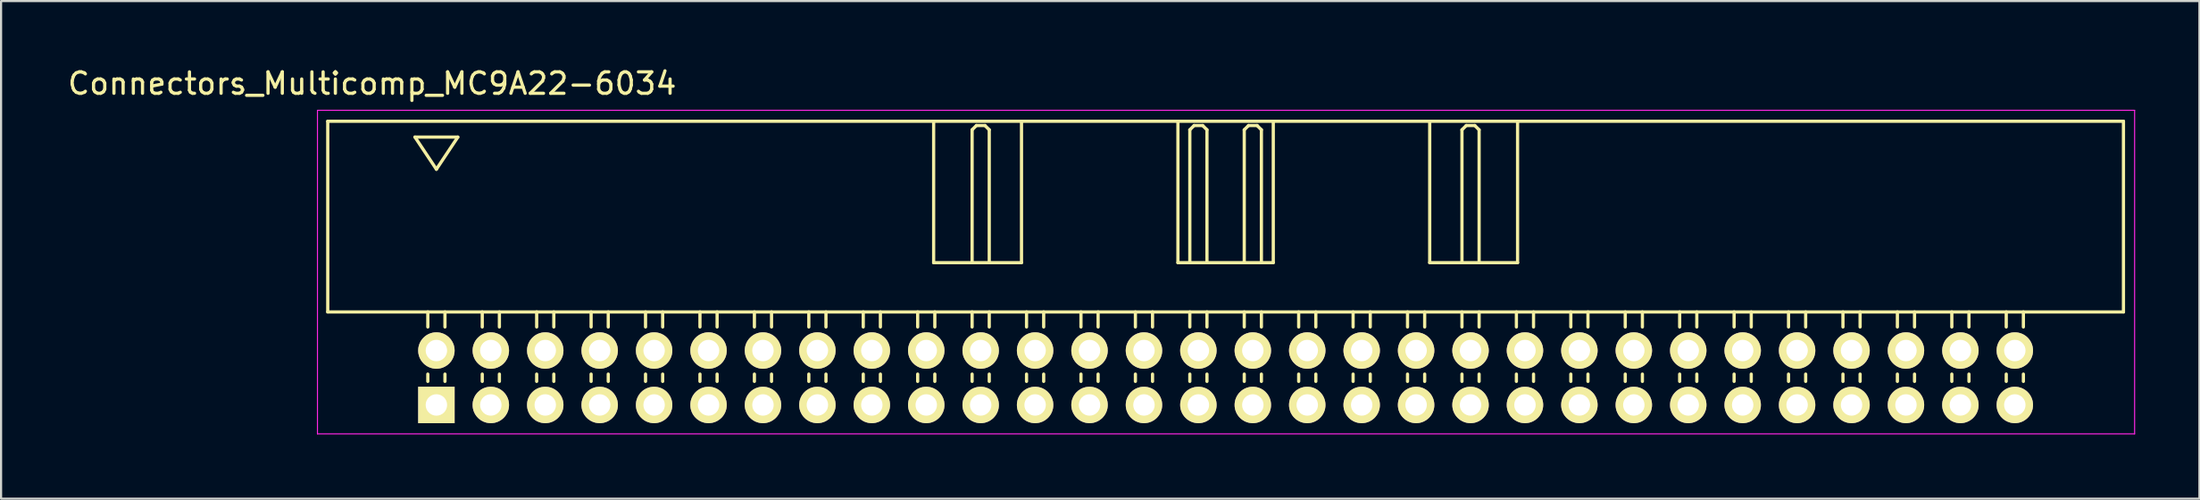
<source format=kicad_pcb>
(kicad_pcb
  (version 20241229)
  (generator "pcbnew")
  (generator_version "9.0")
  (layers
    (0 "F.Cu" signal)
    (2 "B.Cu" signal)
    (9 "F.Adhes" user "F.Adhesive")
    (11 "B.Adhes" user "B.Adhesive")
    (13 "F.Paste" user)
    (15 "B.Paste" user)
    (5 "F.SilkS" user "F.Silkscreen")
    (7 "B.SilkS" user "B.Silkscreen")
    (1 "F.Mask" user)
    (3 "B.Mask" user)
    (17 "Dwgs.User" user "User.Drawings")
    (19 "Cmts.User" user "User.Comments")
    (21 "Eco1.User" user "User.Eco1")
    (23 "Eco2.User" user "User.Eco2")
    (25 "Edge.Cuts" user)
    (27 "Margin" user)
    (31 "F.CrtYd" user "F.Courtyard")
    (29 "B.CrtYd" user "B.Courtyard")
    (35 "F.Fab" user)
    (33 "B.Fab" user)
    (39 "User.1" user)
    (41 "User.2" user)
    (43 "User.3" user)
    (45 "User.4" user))
  (footprint "Connectors_Multicomp_MC9A22-6034"
    (layer "F.Cu")
    (at 17.315 15.848)
    (property "Reference" "Connectors_Multicomp_MC9A22-6034" (at -3 -15 0) (layer "F.SilkS") (effects (font (size 1 1) (thickness 0.15))))
    (attr through_hole)
    (fp_line (start -5.07 -13.24) (end 78.73 -13.24) (stroke (width 0.15) (type solid)) (layer "F.SilkS"))
    (fp_line (start -5.07 -4.34) (end -5.07 -13.24) (stroke (width 0.15) (type solid)) (layer "F.SilkS"))
    (fp_line (start -1 -12.5) (end 1 -12.5) (stroke (width 0.15) (type solid)) (layer "F.SilkS"))
    (fp_line (start -0.4 -3.64) (end -0.4 -4.34) (stroke (width 0.15) (type solid)) (layer "F.SilkS"))
    (fp_line (start -0.4 -1.1) (end -0.4 -1.44) (stroke (width 0.15) (type solid)) (layer "F.SilkS"))
    (fp_line (start 0 -11) (end -1 -12.5) (stroke (width 0.15) (type solid)) (layer "F.SilkS"))
    (fp_line (start 0.4 -3.64) (end 0.4 -4.34) (stroke (width 0.15) (type solid)) (layer "F.SilkS"))
    (fp_line (start 0.4 -1.1) (end 0.4 -1.44) (stroke (width 0.15) (type solid)) (layer "F.SilkS"))
    (fp_line (start 1 -12.5) (end 0 -11) (stroke (width 0.15) (type solid)) (layer "F.SilkS"))
    (fp_line (start 2.14 -3.64) (end 2.14 -4.34) (stroke (width 0.15) (type solid)) (layer "F.SilkS"))
    (fp_line (start 2.14 -1.1) (end 2.14 -1.44) (stroke (width 0.15) (type solid)) (layer "F.SilkS"))
    (fp_line (start 2.94 -3.64) (end 2.94 -4.34) (stroke (width 0.15) (type solid)) (layer "F.SilkS"))
    (fp_line (start 2.94 -1.1) (end 2.94 -1.44) (stroke (width 0.15) (type solid)) (layer "F.SilkS"))
    (fp_line (start 4.68 -3.64) (end 4.68 -4.34) (stroke (width 0.15) (type solid)) (layer "F.SilkS"))
    (fp_line (start 4.68 -1.1) (end 4.68 -1.44) (stroke (width 0.15) (type solid)) (layer "F.SilkS"))
    (fp_line (start 5.48 -3.64) (end 5.48 -4.34) (stroke (width 0.15) (type solid)) (layer "F.SilkS"))
    (fp_line (start 5.48 -1.1) (end 5.48 -1.44) (stroke (width 0.15) (type solid)) (layer "F.SilkS"))
    (fp_line (start 7.22 -3.64) (end 7.22 -4.34) (stroke (width 0.15) (type solid)) (layer "F.SilkS"))
    (fp_line (start 7.22 -1.1) (end 7.22 -1.44) (stroke (width 0.15) (type solid)) (layer "F.SilkS"))
    (fp_line (start 8.02 -3.64) (end 8.02 -4.34) (stroke (width 0.15) (type solid)) (layer "F.SilkS"))
    (fp_line (start 8.02 -1.1) (end 8.02 -1.44) (stroke (width 0.15) (type solid)) (layer "F.SilkS"))
    (fp_line (start 9.76 -3.64) (end 9.76 -4.34) (stroke (width 0.15) (type solid)) (layer "F.SilkS"))
    (fp_line (start 9.76 -1.1) (end 9.76 -1.44) (stroke (width 0.15) (type solid)) (layer "F.SilkS"))
    (fp_line (start 10.56 -3.64) (end 10.56 -4.34) (stroke (width 0.15) (type solid)) (layer "F.SilkS"))
    (fp_line (start 10.56 -1.1) (end 10.56 -1.44) (stroke (width 0.15) (type solid)) (layer "F.SilkS"))
    (fp_line (start 12.3 -3.64) (end 12.3 -4.34) (stroke (width 0.15) (type solid)) (layer "F.SilkS"))
    (fp_line (start 12.3 -1.1) (end 12.3 -1.44) (stroke (width 0.15) (type solid)) (layer "F.SilkS"))
    (fp_line (start 13.1 -3.64) (end 13.1 -4.34) (stroke (width 0.15) (type solid)) (layer "F.SilkS"))
    (fp_line (start 13.1 -1.1) (end 13.1 -1.44) (stroke (width 0.15) (type solid)) (layer "F.SilkS"))
    (fp_line (start 14.84 -3.64) (end 14.84 -4.34) (stroke (width 0.15) (type solid)) (layer "F.SilkS"))
    (fp_line (start 14.84 -1.1) (end 14.84 -1.44) (stroke (width 0.15) (type solid)) (layer "F.SilkS"))
    (fp_line (start 15.64 -3.64) (end 15.64 -4.34) (stroke (width 0.15) (type solid)) (layer "F.SilkS"))
    (fp_line (start 15.64 -1.1) (end 15.64 -1.44) (stroke (width 0.15) (type solid)) (layer "F.SilkS"))
    (fp_line (start 17.38 -3.64) (end 17.38 -4.34) (stroke (width 0.15) (type solid)) (layer "F.SilkS"))
    (fp_line (start 17.38 -1.1) (end 17.38 -1.44) (stroke (width 0.15) (type solid)) (layer "F.SilkS"))
    (fp_line (start 18.18 -3.64) (end 18.18 -4.34) (stroke (width 0.15) (type solid)) (layer "F.SilkS"))
    (fp_line (start 18.18 -1.1) (end 18.18 -1.44) (stroke (width 0.15) (type solid)) (layer "F.SilkS"))
    (fp_line (start 19.92 -3.64) (end 19.92 -4.34) (stroke (width 0.15) (type solid)) (layer "F.SilkS"))
    (fp_line (start 19.92 -1.1) (end 19.92 -1.44) (stroke (width 0.15) (type solid)) (layer "F.SilkS"))
    (fp_line (start 20.72 -3.64) (end 20.72 -4.34) (stroke (width 0.15) (type solid)) (layer "F.SilkS"))
    (fp_line (start 20.72 -1.1) (end 20.72 -1.44) (stroke (width 0.15) (type solid)) (layer "F.SilkS"))
    (fp_line (start 22.46 -3.64) (end 22.46 -4.34) (stroke (width 0.15) (type solid)) (layer "F.SilkS"))
    (fp_line (start 22.46 -1.1) (end 22.46 -1.44) (stroke (width 0.15) (type solid)) (layer "F.SilkS"))
    (fp_line (start 23.205 -6.64) (end 23.205 -13.24) (stroke (width 0.15) (type solid)) (layer "F.SilkS"))
    (fp_line (start 23.26 -3.64) (end 23.26 -4.34) (stroke (width 0.15) (type solid)) (layer "F.SilkS"))
    (fp_line (start 23.26 -1.1) (end 23.26 -1.44) (stroke (width 0.15) (type solid)) (layer "F.SilkS"))
    (fp_line (start 25 -12.84) (end 25.2 -13.04) (stroke (width 0.15) (type solid)) (layer "F.SilkS"))
    (fp_line (start 25 -6.64) (end 25 -12.84) (stroke (width 0.15) (type solid)) (layer "F.SilkS"))
    (fp_line (start 25 -3.64) (end 25 -4.34) (stroke (width 0.15) (type solid)) (layer "F.SilkS"))
    (fp_line (start 25 -1.1) (end 25 -1.44) (stroke (width 0.15) (type solid)) (layer "F.SilkS"))
    (fp_line (start 25.2 -13.04) (end 25.6 -13.04) (stroke (width 0.15) (type solid)) (layer "F.SilkS"))
    (fp_line (start 25.6 -13.04) (end 25.8 -12.84) (stroke (width 0.15) (type solid)) (layer "F.SilkS"))
    (fp_line (start 25.8 -12.84) (end 25.8 -6.64) (stroke (width 0.15) (type solid)) (layer "F.SilkS"))
    (fp_line (start 25.8 -3.64) (end 25.8 -4.34) (stroke (width 0.15) (type solid)) (layer "F.SilkS"))
    (fp_line (start 25.8 -1.1) (end 25.8 -1.44) (stroke (width 0.15) (type solid)) (layer "F.SilkS"))
    (fp_line (start 27.305 -13.24) (end 27.305 -6.64) (stroke (width 0.15) (type solid)) (layer "F.SilkS"))
    (fp_line (start 27.305 -6.64) (end 23.205 -6.64) (stroke (width 0.15) (type solid)) (layer "F.SilkS"))
    (fp_line (start 27.54 -3.64) (end 27.54 -4.34) (stroke (width 0.15) (type solid)) (layer "F.SilkS"))
    (fp_line (start 27.54 -1.1) (end 27.54 -1.44) (stroke (width 0.15) (type solid)) (layer "F.SilkS"))
    (fp_line (start 28.34 -3.64) (end 28.34 -4.34) (stroke (width 0.15) (type solid)) (layer "F.SilkS"))
    (fp_line (start 28.34 -1.1) (end 28.34 -1.44) (stroke (width 0.15) (type solid)) (layer "F.SilkS"))
    (fp_line (start 30.08 -3.64) (end 30.08 -4.34) (stroke (width 0.15) (type solid)) (layer "F.SilkS"))
    (fp_line (start 30.08 -1.1) (end 30.08 -1.44) (stroke (width 0.15) (type solid)) (layer "F.SilkS"))
    (fp_line (start 30.88 -3.64) (end 30.88 -4.34) (stroke (width 0.15) (type solid)) (layer "F.SilkS"))
    (fp_line (start 30.88 -1.1) (end 30.88 -1.44) (stroke (width 0.15) (type solid)) (layer "F.SilkS"))
    (fp_line (start 32.62 -3.64) (end 32.62 -4.34) (stroke (width 0.15) (type solid)) (layer "F.SilkS"))
    (fp_line (start 32.62 -1.1) (end 32.62 -1.44) (stroke (width 0.15) (type solid)) (layer "F.SilkS"))
    (fp_line (start 33.42 -3.64) (end 33.42 -4.34) (stroke (width 0.15) (type solid)) (layer "F.SilkS"))
    (fp_line (start 33.42 -1.1) (end 33.42 -1.44) (stroke (width 0.15) (type solid)) (layer "F.SilkS"))
    (fp_line (start 34.605 -13.24) (end 34.605 -6.64) (stroke (width 0.15) (type solid)) (layer "F.SilkS"))
    (fp_line (start 34.605 -6.64) (end 39.055 -6.64) (stroke (width 0.15) (type solid)) (layer "F.SilkS"))
    (fp_line (start 35.16 -12.84) (end 35.36 -13.04) (stroke (width 0.15) (type solid)) (layer "F.SilkS"))
    (fp_line (start 35.16 -6.64) (end 35.16 -12.84) (stroke (width 0.15) (type solid)) (layer "F.SilkS"))
    (fp_line (start 35.16 -3.64) (end 35.16 -4.34) (stroke (width 0.15) (type solid)) (layer "F.SilkS"))
    (fp_line (start 35.16 -1.1) (end 35.16 -1.44) (stroke (width 0.15) (type solid)) (layer "F.SilkS"))
    (fp_line (start 35.36 -13.04) (end 35.76 -13.04) (stroke (width 0.15) (type solid)) (layer "F.SilkS"))
    (fp_line (start 35.76 -13.04) (end 35.96 -12.84) (stroke (width 0.15) (type solid)) (layer "F.SilkS"))
    (fp_line (start 35.96 -12.84) (end 35.96 -6.64) (stroke (width 0.15) (type solid)) (layer "F.SilkS"))
    (fp_line (start 35.96 -3.64) (end 35.96 -4.34) (stroke (width 0.15) (type solid)) (layer "F.SilkS"))
    (fp_line (start 35.96 -1.1) (end 35.96 -1.44) (stroke (width 0.15) (type solid)) (layer "F.SilkS"))
    (fp_line (start 37.7 -12.84) (end 37.9 -13.04) (stroke (width 0.15) (type solid)) (layer "F.SilkS"))
    (fp_line (start 37.7 -6.64) (end 37.7 -12.84) (stroke (width 0.15) (type solid)) (layer "F.SilkS"))
    (fp_line (start 37.7 -3.64) (end 37.7 -4.34) (stroke (width 0.15) (type solid)) (layer "F.SilkS"))
    (fp_line (start 37.7 -1.1) (end 37.7 -1.44) (stroke (width 0.15) (type solid)) (layer "F.SilkS"))
    (fp_line (start 37.9 -13.04) (end 38.3 -13.04) (stroke (width 0.15) (type solid)) (layer "F.SilkS"))
    (fp_line (start 38.3 -13.04) (end 38.5 -12.84) (stroke (width 0.15) (type solid)) (layer "F.SilkS"))
    (fp_line (start 38.5 -12.84) (end 38.5 -6.64) (stroke (width 0.15) (type solid)) (layer "F.SilkS"))
    (fp_line (start 38.5 -3.64) (end 38.5 -4.34) (stroke (width 0.15) (type solid)) (layer "F.SilkS"))
    (fp_line (start 38.5 -1.1) (end 38.5 -1.44) (stroke (width 0.15) (type solid)) (layer "F.SilkS"))
    (fp_line (start 39.055 -6.64) (end 39.055 -13.24) (stroke (width 0.15) (type solid)) (layer "F.SilkS"))
    (fp_line (start 40.24 -3.64) (end 40.24 -4.34) (stroke (width 0.15) (type solid)) (layer "F.SilkS"))
    (fp_line (start 40.24 -1.1) (end 40.24 -1.44) (stroke (width 0.15) (type solid)) (layer "F.SilkS"))
    (fp_line (start 41.04 -3.64) (end 41.04 -4.34) (stroke (width 0.15) (type solid)) (layer "F.SilkS"))
    (fp_line (start 41.04 -1.1) (end 41.04 -1.44) (stroke (width 0.15) (type solid)) (layer "F.SilkS"))
    (fp_line (start 42.78 -3.64) (end 42.78 -4.34) (stroke (width 0.15) (type solid)) (layer "F.SilkS"))
    (fp_line (start 42.78 -1.1) (end 42.78 -1.44) (stroke (width 0.15) (type solid)) (layer "F.SilkS"))
    (fp_line (start 43.58 -3.64) (end 43.58 -4.34) (stroke (width 0.15) (type solid)) (layer "F.SilkS"))
    (fp_line (start 43.58 -1.1) (end 43.58 -1.44) (stroke (width 0.15) (type solid)) (layer "F.SilkS"))
    (fp_line (start 45.32 -3.64) (end 45.32 -4.34) (stroke (width 0.15) (type solid)) (layer "F.SilkS"))
    (fp_line (start 45.32 -1.1) (end 45.32 -1.44) (stroke (width 0.15) (type solid)) (layer "F.SilkS"))
    (fp_line (start 46.12 -3.64) (end 46.12 -4.34) (stroke (width 0.15) (type solid)) (layer "F.SilkS"))
    (fp_line (start 46.12 -1.1) (end 46.12 -1.44) (stroke (width 0.15) (type solid)) (layer "F.SilkS"))
    (fp_line (start 46.355 -13.24) (end 46.355 -6.64) (stroke (width 0.15) (type solid)) (layer "F.SilkS"))
    (fp_line (start 46.355 -6.64) (end 50.455 -6.64) (stroke (width 0.15) (type solid)) (layer "F.SilkS"))
    (fp_line (start 47.86 -12.84) (end 48.06 -13.04) (stroke (width 0.15) (type solid)) (layer "F.SilkS"))
    (fp_line (start 47.86 -6.64) (end 47.86 -12.84) (stroke (width 0.15) (type solid)) (layer "F.SilkS"))
    (fp_line (start 47.86 -3.64) (end 47.86 -4.34) (stroke (width 0.15) (type solid)) (layer "F.SilkS"))
    (fp_line (start 47.86 -1.1) (end 47.86 -1.44) (stroke (width 0.15) (type solid)) (layer "F.SilkS"))
    (fp_line (start 48.06 -13.04) (end 48.46 -13.04) (stroke (width 0.15) (type solid)) (layer "F.SilkS"))
    (fp_line (start 48.46 -13.04) (end 48.66 -12.84) (stroke (width 0.15) (type solid)) (layer "F.SilkS"))
    (fp_line (start 48.66 -12.84) (end 48.66 -6.64) (stroke (width 0.15) (type solid)) (layer "F.SilkS"))
    (fp_line (start 48.66 -3.64) (end 48.66 -4.34) (stroke (width 0.15) (type solid)) (layer "F.SilkS"))
    (fp_line (start 48.66 -1.1) (end 48.66 -1.44) (stroke (width 0.15) (type solid)) (layer "F.SilkS"))
    (fp_line (start 50.4 -3.64) (end 50.4 -4.34) (stroke (width 0.15) (type solid)) (layer "F.SilkS"))
    (fp_line (start 50.4 -1.1) (end 50.4 -1.44) (stroke (width 0.15) (type solid)) (layer "F.SilkS"))
    (fp_line (start 50.455 -6.64) (end 50.455 -13.24) (stroke (width 0.15) (type solid)) (layer "F.SilkS"))
    (fp_line (start 51.2 -3.64) (end 51.2 -4.34) (stroke (width 0.15) (type solid)) (layer "F.SilkS"))
    (fp_line (start 51.2 -1.1) (end 51.2 -1.44) (stroke (width 0.15) (type solid)) (layer "F.SilkS"))
    (fp_line (start 52.94 -3.64) (end 52.94 -4.34) (stroke (width 0.15) (type solid)) (layer "F.SilkS"))
    (fp_line (start 52.94 -1.1) (end 52.94 -1.44) (stroke (width 0.15) (type solid)) (layer "F.SilkS"))
    (fp_line (start 53.74 -3.64) (end 53.74 -4.34) (stroke (width 0.15) (type solid)) (layer "F.SilkS"))
    (fp_line (start 53.74 -1.1) (end 53.74 -1.44) (stroke (width 0.15) (type solid)) (layer "F.SilkS"))
    (fp_line (start 55.48 -3.64) (end 55.48 -4.34) (stroke (width 0.15) (type solid)) (layer "F.SilkS"))
    (fp_line (start 55.48 -1.1) (end 55.48 -1.44) (stroke (width 0.15) (type solid)) (layer "F.SilkS"))
    (fp_line (start 56.28 -3.64) (end 56.28 -4.34) (stroke (width 0.15) (type solid)) (layer "F.SilkS"))
    (fp_line (start 56.28 -1.1) (end 56.28 -1.44) (stroke (width 0.15) (type solid)) (layer "F.SilkS"))
    (fp_line (start 58.02 -3.64) (end 58.02 -4.34) (stroke (width 0.15) (type solid)) (layer "F.SilkS"))
    (fp_line (start 58.02 -1.1) (end 58.02 -1.44) (stroke (width 0.15) (type solid)) (layer "F.SilkS"))
    (fp_line (start 58.82 -3.64) (end 58.82 -4.34) (stroke (width 0.15) (type solid)) (layer "F.SilkS"))
    (fp_line (start 58.82 -1.1) (end 58.82 -1.44) (stroke (width 0.15) (type solid)) (layer "F.SilkS"))
    (fp_line (start 60.56 -3.64) (end 60.56 -4.34) (stroke (width 0.15) (type solid)) (layer "F.SilkS"))
    (fp_line (start 60.56 -1.1) (end 60.56 -1.44) (stroke (width 0.15) (type solid)) (layer "F.SilkS"))
    (fp_line (start 61.36 -3.64) (end 61.36 -4.34) (stroke (width 0.15) (type solid)) (layer "F.SilkS"))
    (fp_line (start 61.36 -1.1) (end 61.36 -1.44) (stroke (width 0.15) (type solid)) (layer "F.SilkS"))
    (fp_line (start 63.1 -3.64) (end 63.1 -4.34) (stroke (width 0.15) (type solid)) (layer "F.SilkS"))
    (fp_line (start 63.1 -1.1) (end 63.1 -1.44) (stroke (width 0.15) (type solid)) (layer "F.SilkS"))
    (fp_line (start 63.9 -3.64) (end 63.9 -4.34) (stroke (width 0.15) (type solid)) (layer "F.SilkS"))
    (fp_line (start 63.9 -1.1) (end 63.9 -1.44) (stroke (width 0.15) (type solid)) (layer "F.SilkS"))
    (fp_line (start 65.64 -3.64) (end 65.64 -4.34) (stroke (width 0.15) (type solid)) (layer "F.SilkS"))
    (fp_line (start 65.64 -1.1) (end 65.64 -1.44) (stroke (width 0.15) (type solid)) (layer "F.SilkS"))
    (fp_line (start 66.44 -3.64) (end 66.44 -4.34) (stroke (width 0.15) (type solid)) (layer "F.SilkS"))
    (fp_line (start 66.44 -1.1) (end 66.44 -1.44) (stroke (width 0.15) (type solid)) (layer "F.SilkS"))
    (fp_line (start 68.18 -3.64) (end 68.18 -4.34) (stroke (width 0.15) (type solid)) (layer "F.SilkS"))
    (fp_line (start 68.18 -1.1) (end 68.18 -1.44) (stroke (width 0.15) (type solid)) (layer "F.SilkS"))
    (fp_line (start 68.98 -3.64) (end 68.98 -4.34) (stroke (width 0.15) (type solid)) (layer "F.SilkS"))
    (fp_line (start 68.98 -1.1) (end 68.98 -1.44) (stroke (width 0.15) (type solid)) (layer "F.SilkS"))
    (fp_line (start 70.72 -3.64) (end 70.72 -4.34) (stroke (width 0.15) (type solid)) (layer "F.SilkS"))
    (fp_line (start 70.72 -1.1) (end 70.72 -1.44) (stroke (width 0.15) (type solid)) (layer "F.SilkS"))
    (fp_line (start 71.52 -3.64) (end 71.52 -4.34) (stroke (width 0.15) (type solid)) (layer "F.SilkS"))
    (fp_line (start 71.52 -1.1) (end 71.52 -1.44) (stroke (width 0.15) (type solid)) (layer "F.SilkS"))
    (fp_line (start 73.26 -3.64) (end 73.26 -4.34) (stroke (width 0.15) (type solid)) (layer "F.SilkS"))
    (fp_line (start 73.26 -1.1) (end 73.26 -1.44) (stroke (width 0.15) (type solid)) (layer "F.SilkS"))
    (fp_line (start 74.06 -3.64) (end 74.06 -4.34) (stroke (width 0.15) (type solid)) (layer "F.SilkS"))
    (fp_line (start 74.06 -1.1) (end 74.06 -1.44) (stroke (width 0.15) (type solid)) (layer "F.SilkS"))
    (fp_line (start 78.73 -13.24) (end 78.73 -4.34) (stroke (width 0.15) (type solid)) (layer "F.SilkS"))
    (fp_line (start 78.73 -4.34) (end -5.07 -4.34) (stroke (width 0.15) (type solid)) (layer "F.SilkS"))
    (fp_line (start -5.55 -13.75) (end 79.25 -13.75) (stroke (width 0.05) (type solid)) (layer "F.CrtYd"))
    (fp_line (start -5.55 1.35) (end -5.55 -13.75) (stroke (width 0.05) (type solid)) (layer "F.CrtYd"))
    (fp_line (start 79.25 -13.75) (end 79.25 1.35) (stroke (width 0.05) (type solid)) (layer "F.CrtYd"))
    (fp_line (start 79.25 1.35) (end -5.55 1.35) (stroke (width 0.05) (type solid)) (layer "F.CrtYd"))
    (pad "1" thru_hole rect (at 0 0) (size 1.7 1.7) (drill 1) (layers "*.Cu" "*.Mask" "F.SilkS"))
    (pad "2" thru_hole circle (at 0 -2.54) (size 1.7 1.7) (drill 1) (layers "*.Cu" "*.Mask" "F.SilkS"))
    (pad "3" thru_hole circle (at 2.54 0) (size 1.7 1.7) (drill 1) (layers "*.Cu" "*.Mask" "F.SilkS"))
    (pad "4" thru_hole circle (at 2.54 -2.54) (size 1.7 1.7) (drill 1) (layers "*.Cu" "*.Mask" "F.SilkS"))
    (pad "5" thru_hole circle (at 5.08 0) (size 1.7 1.7) (drill 1) (layers "*.Cu" "*.Mask" "F.SilkS"))
    (pad "6" thru_hole circle (at 5.08 -2.54) (size 1.7 1.7) (drill 1) (layers "*.Cu" "*.Mask" "F.SilkS"))
    (pad "7" thru_hole circle (at 7.62 0) (size 1.7 1.7) (drill 1) (layers "*.Cu" "*.Mask" "F.SilkS"))
    (pad "8" thru_hole circle (at 7.62 -2.54) (size 1.7 1.7) (drill 1) (layers "*.Cu" "*.Mask" "F.SilkS"))
    (pad "9" thru_hole circle (at 10.16 0) (size 1.7 1.7) (drill 1) (layers "*.Cu" "*.Mask" "F.SilkS"))
    (pad "10" thru_hole circle (at 10.16 -2.54) (size 1.7 1.7) (drill 1) (layers "*.Cu" "*.Mask" "F.SilkS"))
    (pad "11" thru_hole circle (at 12.7 0) (size 1.7 1.7) (drill 1) (layers "*.Cu" "*.Mask" "F.SilkS"))
    (pad "12" thru_hole circle (at 12.7 -2.54) (size 1.7 1.7) (drill 1) (layers "*.Cu" "*.Mask" "F.SilkS"))
    (pad "13" thru_hole circle (at 15.24 0) (size 1.7 1.7) (drill 1) (layers "*.Cu" "*.Mask" "F.SilkS"))
    (pad "14" thru_hole circle (at 15.24 -2.54) (size 1.7 1.7) (drill 1) (layers "*.Cu" "*.Mask" "F.SilkS"))
    (pad "15" thru_hole circle (at 17.78 0) (size 1.7 1.7) (drill 1) (layers "*.Cu" "*.Mask" "F.SilkS"))
    (pad "16" thru_hole circle (at 17.78 -2.54) (size 1.7 1.7) (drill 1) (layers "*.Cu" "*.Mask" "F.SilkS"))
    (pad "17" thru_hole circle (at 20.32 0) (size 1.7 1.7) (drill 1) (layers "*.Cu" "*.Mask" "F.SilkS"))
    (pad "18" thru_hole circle (at 20.32 -2.54) (size 1.7 1.7) (drill 1) (layers "*.Cu" "*.Mask" "F.SilkS"))
    (pad "19" thru_hole circle (at 22.86 0) (size 1.7 1.7) (drill 1) (layers "*.Cu" "*.Mask" "F.SilkS"))
    (pad "20" thru_hole circle (at 22.86 -2.54) (size 1.7 1.7) (drill 1) (layers "*.Cu" "*.Mask" "F.SilkS"))
    (pad "21" thru_hole circle (at 25.4 0) (size 1.7 1.7) (drill 1) (layers "*.Cu" "*.Mask" "F.SilkS"))
    (pad "22" thru_hole circle (at 25.4 -2.54) (size 1.7 1.7) (drill 1) (layers "*.Cu" "*.Mask" "F.SilkS"))
    (pad "23" thru_hole circle (at 27.94 0) (size 1.7 1.7) (drill 1) (layers "*.Cu" "*.Mask" "F.SilkS"))
    (pad "24" thru_hole circle (at 27.94 -2.54) (size 1.7 1.7) (drill 1) (layers "*.Cu" "*.Mask" "F.SilkS"))
    (pad "25" thru_hole circle (at 30.48 0) (size 1.7 1.7) (drill 1) (layers "*.Cu" "*.Mask" "F.SilkS"))
    (pad "26" thru_hole circle (at 30.48 -2.54) (size 1.7 1.7) (drill 1) (layers "*.Cu" "*.Mask" "F.SilkS"))
    (pad "27" thru_hole circle (at 33.02 0) (size 1.7 1.7) (drill 1) (layers "*.Cu" "*.Mask" "F.SilkS"))
    (pad "28" thru_hole circle (at 33.02 -2.54) (size 1.7 1.7) (drill 1) (layers "*.Cu" "*.Mask" "F.SilkS"))
    (pad "29" thru_hole circle (at 35.56 0) (size 1.7 1.7) (drill 1) (layers "*.Cu" "*.Mask" "F.SilkS"))
    (pad "30" thru_hole circle (at 35.56 -2.54) (size 1.7 1.7) (drill 1) (layers "*.Cu" "*.Mask" "F.SilkS"))
    (pad "31" thru_hole circle (at 38.1 0) (size 1.7 1.7) (drill 1) (layers "*.Cu" "*.Mask" "F.SilkS"))
    (pad "32" thru_hole circle (at 38.1 -2.54) (size 1.7 1.7) (drill 1) (layers "*.Cu" "*.Mask" "F.SilkS"))
    (pad "33" thru_hole circle (at 40.64 0) (size 1.7 1.7) (drill 1) (layers "*.Cu" "*.Mask" "F.SilkS"))
    (pad "34" thru_hole circle (at 40.64 -2.54) (size 1.7 1.7) (drill 1) (layers "*.Cu" "*.Mask" "F.SilkS"))
    (pad "35" thru_hole circle (at 43.18 0) (size 1.7 1.7) (drill 1) (layers "*.Cu" "*.Mask" "F.SilkS"))
    (pad "36" thru_hole circle (at 43.18 -2.54) (size 1.7 1.7) (drill 1) (layers "*.Cu" "*.Mask" "F.SilkS"))
    (pad "37" thru_hole circle (at 45.72 0) (size 1.7 1.7) (drill 1) (layers "*.Cu" "*.Mask" "F.SilkS"))
    (pad "38" thru_hole circle (at 45.72 -2.54) (size 1.7 1.7) (drill 1) (layers "*.Cu" "*.Mask" "F.SilkS"))
    (pad "39" thru_hole circle (at 48.26 0) (size 1.7 1.7) (drill 1) (layers "*.Cu" "*.Mask" "F.SilkS"))
    (pad "40" thru_hole circle (at 48.26 -2.54) (size 1.7 1.7) (drill 1) (layers "*.Cu" "*.Mask" "F.SilkS"))
    (pad "41" thru_hole circle (at 50.8 0) (size 1.7 1.7) (drill 1) (layers "*.Cu" "*.Mask" "F.SilkS"))
    (pad "42" thru_hole circle (at 50.8 -2.54) (size 1.7 1.7) (drill 1) (layers "*.Cu" "*.Mask" "F.SilkS"))
    (pad "43" thru_hole circle (at 53.34 0) (size 1.7 1.7) (drill 1) (layers "*.Cu" "*.Mask" "F.SilkS"))
    (pad "44" thru_hole circle (at 53.34 -2.54) (size 1.7 1.7) (drill 1) (layers "*.Cu" "*.Mask" "F.SilkS"))
    (pad "45" thru_hole circle (at 55.88 0) (size 1.7 1.7) (drill 1) (layers "*.Cu" "*.Mask" "F.SilkS"))
    (pad "46" thru_hole circle (at 55.88 -2.54) (size 1.7 1.7) (drill 1) (layers "*.Cu" "*.Mask" "F.SilkS"))
    (pad "47" thru_hole circle (at 58.42 0) (size 1.7 1.7) (drill 1) (layers "*.Cu" "*.Mask" "F.SilkS"))
    (pad "48" thru_hole circle (at 58.42 -2.54) (size 1.7 1.7) (drill 1) (layers "*.Cu" "*.Mask" "F.SilkS"))
    (pad "49" thru_hole circle (at 60.96 0) (size 1.7 1.7) (drill 1) (layers "*.Cu" "*.Mask" "F.SilkS"))
    (pad "50" thru_hole circle (at 60.96 -2.54) (size 1.7 1.7) (drill 1) (layers "*.Cu" "*.Mask" "F.SilkS"))
    (pad "51" thru_hole circle (at 63.5 0) (size 1.7 1.7) (drill 1) (layers "*.Cu" "*.Mask" "F.SilkS"))
    (pad "52" thru_hole circle (at 63.5 -2.54) (size 1.7 1.7) (drill 1) (layers "*.Cu" "*.Mask" "F.SilkS"))
    (pad "53" thru_hole circle (at 66.04 0) (size 1.7 1.7) (drill 1) (layers "*.Cu" "*.Mask" "F.SilkS"))
    (pad "54" thru_hole circle (at 66.04 -2.54) (size 1.7 1.7) (drill 1) (layers "*.Cu" "*.Mask" "F.SilkS"))
    (pad "55" thru_hole circle (at 68.58 0) (size 1.7 1.7) (drill 1) (layers "*.Cu" "*.Mask" "F.SilkS"))
    (pad "56" thru_hole circle (at 68.58 -2.54) (size 1.7 1.7) (drill 1) (layers "*.Cu" "*.Mask" "F.SilkS"))
    (pad "57" thru_hole circle (at 71.12 0) (size 1.7 1.7) (drill 1) (layers "*.Cu" "*.Mask" "F.SilkS"))
    (pad "58" thru_hole circle (at 71.12 -2.54) (size 1.7 1.7) (drill 1) (layers "*.Cu" "*.Mask" "F.SilkS"))
    (pad "59" thru_hole circle (at 73.66 0) (size 1.7 1.7) (drill 1) (layers "*.Cu" "*.Mask" "F.SilkS"))
    (pad "60" thru_hole circle (at 73.66 -2.54) (size 1.7 1.7) (drill 1) (layers "*.Cu" "*.Mask" "F.SilkS")))
  (gr_rect
    (start -3 -3)
    (end 99.59 20.223)
    (stroke (width 0.1) (type default))
    (fill no)
    (layer "Edge.Cuts")))
</source>
